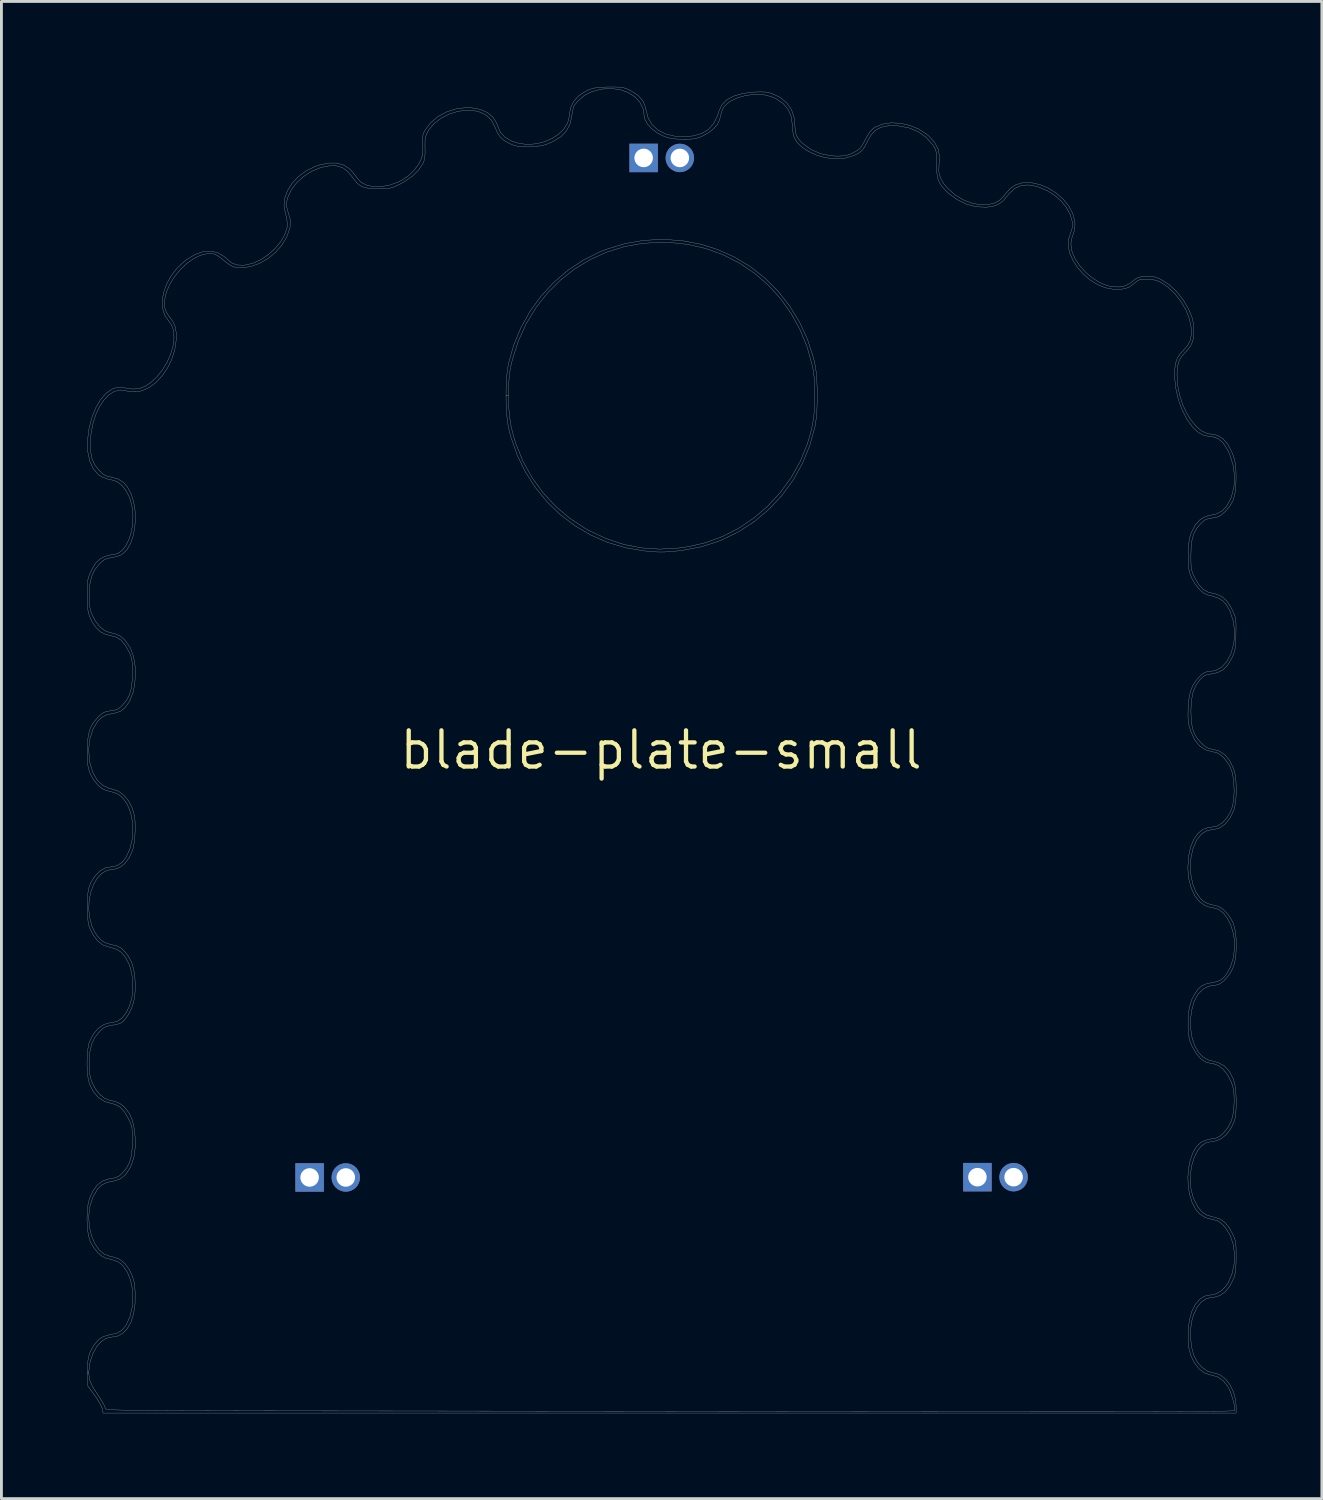
<source format=kicad_pcb>
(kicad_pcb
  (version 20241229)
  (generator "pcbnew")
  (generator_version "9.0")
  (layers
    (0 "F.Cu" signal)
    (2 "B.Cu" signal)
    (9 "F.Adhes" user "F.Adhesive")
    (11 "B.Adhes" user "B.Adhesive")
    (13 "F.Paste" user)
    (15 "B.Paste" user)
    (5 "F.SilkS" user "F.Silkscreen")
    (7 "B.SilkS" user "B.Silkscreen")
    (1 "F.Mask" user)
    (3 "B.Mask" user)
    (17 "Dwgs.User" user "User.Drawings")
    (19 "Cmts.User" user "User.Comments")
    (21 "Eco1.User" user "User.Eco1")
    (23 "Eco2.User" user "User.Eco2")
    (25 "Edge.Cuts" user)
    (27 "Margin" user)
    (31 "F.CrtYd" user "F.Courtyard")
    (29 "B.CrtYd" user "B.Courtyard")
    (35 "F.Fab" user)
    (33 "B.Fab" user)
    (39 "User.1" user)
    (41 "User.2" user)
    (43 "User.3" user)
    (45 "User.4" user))
  (footprint "blade-plate-small"
    (layer "F.Cu")
    (at 20.162 23.286)
    (property "Reference" "blade-plate-small" (at 0 0 0) (layer "F.SilkS") (effects (font (size 1.27 1.27) (thickness 0.15))))
    (attr through_hole)
    (fp_poly (pts (xy 0.743 -17.885) (xy 1.409 -17.757) (xy 1.968 -17.581) (xy 2.573 -17.312) (xy 3.135 -16.973) (xy 3.649 -16.569) (xy 4.112 -16.106) (xy 4.519 -15.589) (xy 4.864 -15.025) (xy 5.143 -14.418) (xy 5.351 -13.775) (xy 5.405 -13.545) (xy 5.445 -13.292) (xy 5.471 -12.979) (xy 5.485 -12.63) (xy 5.485 -12.268) (xy 5.472 -11.919) (xy 5.445 -11.605) (xy 5.406 -11.35) (xy 5.405 -11.347) (xy 5.221 -10.686) (xy 4.964 -10.061) (xy 4.639 -9.479) (xy 4.249 -8.944) (xy 3.799 -8.461) (xy 3.293 -8.035) (xy 2.736 -7.671) (xy 2.132 -7.375) (xy 1.998 -7.321) (xy 1.405 -7.134) (xy 0.76 -7.012) (xy 0.552 -6.987) (xy 0.3 -6.964) (xy 0.095 -6.952) (xy -0.095 -6.952) (xy -0.302 -6.964) (xy -0.557 -6.988) (xy -0.587 -6.991) (xy -1.242 -7.101) (xy -1.869 -7.287) (xy -2.464 -7.546) (xy -3.02 -7.873) (xy -3.533 -8.262) (xy -3.998 -8.71) (xy -4.41 -9.212) (xy -4.763 -9.762) (xy -5.053 -10.357) (xy -5.274 -10.991) (xy -5.363 -11.347) (xy -5.402 -11.6) (xy -5.429 -11.913) (xy -5.442 -12.262) (xy -5.442 -12.446) (xy -5.355 -12.446) (xy -5.347 -12.041) (xy -5.318 -11.691) (xy -5.265 -11.364) (xy -5.183 -11.033) (xy -5.096 -10.753) (xy -4.85 -10.142) (xy -4.53 -9.567) (xy -4.144 -9.035) (xy -3.697 -8.553) (xy -3.195 -8.129) (xy -2.646 -7.77) (xy -2.534 -7.708) (xy -1.924 -7.423) (xy -1.314 -7.22) (xy -0.696 -7.097) (xy -0.061 -7.054) (xy 0.599 -7.09) (xy 0.951 -7.138) (xy 1.571 -7.281) (xy 2.168 -7.502) (xy 2.735 -7.794) (xy 3.265 -8.152) (xy 3.752 -8.57) (xy 4.188 -9.042) (xy 4.567 -9.562) (xy 4.883 -10.125) (xy 5.129 -10.725) (xy 5.138 -10.753) (xy 5.246 -11.108) (xy 5.321 -11.436) (xy 5.369 -11.765) (xy 5.392 -12.125) (xy 5.397 -12.446) (xy 5.393 -12.791) (xy 5.377 -13.071) (xy 5.349 -13.308) (xy 5.32 -13.462) (xy 5.138 -14.127) (xy 4.886 -14.75) (xy 4.569 -15.327) (xy 4.193 -15.854) (xy 3.762 -16.327) (xy 3.28 -16.743) (xy 2.752 -17.098) (xy 2.184 -17.387) (xy 1.579 -17.607) (xy 0.942 -17.754) (xy 0.278 -17.825) (xy 0.021 -17.831) (xy -0.652 -17.79) (xy -1.299 -17.672) (xy -1.917 -17.478) (xy -2.5 -17.215) (xy -3.043 -16.884) (xy -3.543 -16.491) (xy -3.994 -16.039) (xy -4.391 -15.532) (xy -4.731 -14.973) (xy -5.008 -14.368) (xy -5.217 -13.718) (xy -5.278 -13.462) (xy -5.316 -13.244) (xy -5.34 -12.996) (xy -5.353 -12.7) (xy -5.355 -12.446) (xy -5.442 -12.446) (xy -5.442 -12.624) (xy -5.429 -12.973) (xy -5.403 -13.287) (xy -5.363 -13.542) (xy -5.363 -13.545) (xy -5.18 -14.2) (xy -4.925 -14.82) (xy -4.603 -15.399) (xy -4.217 -15.933) (xy -3.773 -16.415) (xy -3.276 -16.84) (xy -2.729 -17.203) (xy -2.139 -17.497) (xy -1.926 -17.581) (xy -1.273 -17.78) (xy -0.606 -17.896) (xy 0.069 -17.931) (xy 0.743 -17.885)) (stroke (width 0.01) (type solid)) (fill no) (layer "F.Fab"))
    (fp_poly (pts (xy -1.601 -23.281) (xy -1.448 -23.275) (xy -1.333 -23.259) (xy -1.234 -23.23) (xy -1.128 -23.184) (xy -1.062 -23.151) (xy -0.812 -22.99) (xy -0.639 -22.796) (xy -0.544 -22.567) (xy -0.529 -22.486) (xy -0.454 -22.197) (xy -0.312 -21.957) (xy -0.107 -21.768) (xy 0.159 -21.634) (xy 0.481 -21.556) (xy 0.783 -21.536) (xy 1.137 -21.564) (xy 1.43 -21.649) (xy 1.665 -21.793) (xy 1.848 -22) (xy 1.983 -22.273) (xy 2.034 -22.436) (xy 2.133 -22.651) (xy 2.305 -22.826) (xy 2.548 -22.96) (xy 2.859 -23.052) (xy 3.236 -23.101) (xy 3.263 -23.103) (xy 3.491 -23.11) (xy 3.663 -23.103) (xy 3.806 -23.077) (xy 3.885 -23.054) (xy 4.18 -22.917) (xy 4.413 -22.726) (xy 4.58 -22.487) (xy 4.676 -22.205) (xy 4.699 -21.961) (xy 4.712 -21.739) (xy 4.758 -21.57) (xy 4.849 -21.426) (xy 4.96 -21.311) (xy 5.26 -21.09) (xy 5.602 -20.94) (xy 5.981 -20.864) (xy 6.19 -20.854) (xy 6.38 -20.86) (xy 6.523 -20.883) (xy 6.657 -20.93) (xy 6.759 -20.98) (xy 6.882 -21.047) (xy 6.97 -21.114) (xy 7.042 -21.202) (xy 7.12 -21.333) (xy 7.174 -21.436) (xy 7.275 -21.618) (xy 7.363 -21.742) (xy 7.456 -21.828) (xy 7.523 -21.873) (xy 7.782 -21.979) (xy 8.078 -22.023) (xy 8.395 -22.008) (xy 8.717 -21.938) (xy 9.026 -21.814) (xy 9.305 -21.639) (xy 9.414 -21.548) (xy 9.611 -21.33) (xy 9.73 -21.101) (xy 9.779 -20.846) (xy 9.762 -20.547) (xy 9.753 -20.311) (xy 9.806 -20.097) (xy 9.927 -19.887) (xy 10.06 -19.729) (xy 10.33 -19.488) (xy 10.637 -19.305) (xy 10.963 -19.188) (xy 11.292 -19.142) (xy 11.437 -19.147) (xy 11.683 -19.194) (xy 11.877 -19.293) (xy 12.042 -19.457) (xy 12.086 -19.516) (xy 12.261 -19.719) (xy 12.456 -19.849) (xy 12.687 -19.915) (xy 12.717 -19.919) (xy 13.015 -19.919) (xy 13.317 -19.851) (xy 13.61 -19.726) (xy 13.883 -19.553) (xy 14.123 -19.341) (xy 14.318 -19.099) (xy 14.458 -18.838) (xy 14.529 -18.567) (xy 14.536 -18.464) (xy 14.52 -18.264) (xy 14.473 -18.104) (xy 14.465 -18.089) (xy 14.421 -17.962) (xy 14.396 -17.804) (xy 14.393 -17.747) (xy 14.432 -17.501) (xy 14.541 -17.248) (xy 14.707 -16.999) (xy 14.917 -16.767) (xy 15.16 -16.565) (xy 15.423 -16.405) (xy 15.692 -16.3) (xy 15.874 -16.266) (xy 16.114 -16.26) (xy 16.307 -16.302) (xy 16.481 -16.399) (xy 16.553 -16.457) (xy 16.664 -16.544) (xy 16.761 -16.594) (xy 16.88 -16.619) (xy 17.019 -16.63) (xy 17.194 -16.633) (xy 17.328 -16.614) (xy 17.467 -16.564) (xy 17.551 -16.525) (xy 17.84 -16.343) (xy 18.111 -16.092) (xy 18.348 -15.787) (xy 18.502 -15.521) (xy 18.593 -15.327) (xy 18.65 -15.175) (xy 18.683 -15.03) (xy 18.7 -14.861) (xy 18.702 -14.822) (xy 18.705 -14.561) (xy 18.672 -14.356) (xy 18.596 -14.185) (xy 18.469 -14.024) (xy 18.412 -13.968) (xy 18.279 -13.819) (xy 18.191 -13.666) (xy 18.141 -13.484) (xy 18.121 -13.252) (xy 18.119 -13.141) (xy 18.142 -12.8) (xy 18.21 -12.464) (xy 18.314 -12.141) (xy 18.45 -11.844) (xy 18.611 -11.581) (xy 18.791 -11.365) (xy 18.984 -11.205) (xy 19.183 -11.111) (xy 19.323 -11.091) (xy 19.541 -11.05) (xy 19.735 -10.929) (xy 19.905 -10.729) (xy 20.048 -10.452) (xy 20.09 -10.342) (xy 20.137 -10.194) (xy 20.167 -10.052) (xy 20.184 -9.891) (xy 20.191 -9.684) (xy 20.192 -9.558) (xy 20.182 -9.231) (xy 20.147 -8.969) (xy 20.082 -8.755) (xy 19.981 -8.572) (xy 19.838 -8.403) (xy 19.81 -8.375) (xy 19.688 -8.264) (xy 19.587 -8.199) (xy 19.473 -8.164) (xy 19.361 -8.147) (xy 19.208 -8.122) (xy 19.099 -8.077) (xy 18.996 -7.994) (xy 18.938 -7.936) (xy 18.805 -7.774) (xy 18.709 -7.597) (xy 18.648 -7.386) (xy 18.615 -7.127) (xy 18.605 -6.815) (xy 18.607 -6.6) (xy 18.614 -6.447) (xy 18.63 -6.331) (xy 18.661 -6.228) (xy 18.71 -6.116) (xy 18.744 -6.045) (xy 18.887 -5.802) (xy 19.04 -5.638) (xy 19.209 -5.544) (xy 19.295 -5.523) (xy 19.531 -5.465) (xy 19.719 -5.37) (xy 19.874 -5.224) (xy 20.01 -5.014) (xy 20.089 -4.856) (xy 20.134 -4.752) (xy 20.164 -4.66) (xy 20.182 -4.561) (xy 20.19 -4.434) (xy 20.19 -4.26) (xy 20.186 -4.052) (xy 20.179 -3.82) (xy 20.169 -3.652) (xy 20.154 -3.527) (xy 20.127 -3.423) (xy 20.087 -3.321) (xy 20.031 -3.204) (xy 19.892 -2.974) (xy 19.733 -2.816) (xy 19.535 -2.717) (xy 19.32 -2.67) (xy 19.168 -2.642) (xy 19.063 -2.597) (xy 18.968 -2.514) (xy 18.92 -2.463) (xy 18.78 -2.265) (xy 18.683 -2.032) (xy 18.627 -1.75) (xy 18.606 -1.405) (xy 18.606 -1.355) (xy 18.618 -1.036) (xy 18.657 -0.78) (xy 18.729 -0.571) (xy 18.841 -0.39) (xy 18.962 -0.253) (xy 19.089 -0.137) (xy 19.197 -0.07) (xy 19.319 -0.035) (xy 19.367 -0.028) (xy 19.602 0.037) (xy 19.797 0.165) (xy 19.96 0.362) (xy 20.096 0.635) (xy 20.111 0.673) (xy 20.159 0.86) (xy 20.188 1.103) (xy 20.199 1.375) (xy 20.191 1.649) (xy 20.165 1.897) (xy 20.12 2.095) (xy 20.111 2.119) (xy 19.979 2.39) (xy 19.814 2.596) (xy 19.625 2.732) (xy 19.416 2.792) (xy 19.367 2.794) (xy 19.159 2.833) (xy 18.978 2.949) (xy 18.821 3.145) (xy 18.8 3.181) (xy 18.682 3.456) (xy 18.611 3.766) (xy 18.588 4.094) (xy 18.611 4.421) (xy 18.678 4.729) (xy 18.788 5) (xy 18.94 5.215) (xy 18.946 5.221) (xy 19.03 5.299) (xy 19.119 5.357) (xy 19.236 5.404) (xy 19.401 5.449) (xy 19.535 5.481) (xy 19.674 5.547) (xy 19.822 5.674) (xy 19.96 5.843) (xy 20.07 6.032) (xy 20.102 6.108) (xy 20.159 6.329) (xy 20.191 6.603) (xy 20.2 6.901) (xy 20.185 7.195) (xy 20.145 7.457) (xy 20.102 7.608) (xy 20.012 7.793) (xy 19.891 7.967) (xy 19.754 8.113) (xy 19.617 8.215) (xy 19.496 8.255) (xy 19.49 8.255) (xy 19.236 8.293) (xy 19.021 8.405) (xy 18.847 8.587) (xy 18.716 8.838) (xy 18.63 9.153) (xy 18.596 9.445) (xy 18.599 9.789) (xy 18.648 10.105) (xy 18.74 10.382) (xy 18.869 10.611) (xy 19.03 10.782) (xy 19.218 10.884) (xy 19.295 10.903) (xy 19.571 10.976) (xy 19.787 11.099) (xy 19.955 11.282) (xy 20.087 11.534) (xy 20.108 11.587) (xy 20.151 11.755) (xy 20.18 11.98) (xy 20.195 12.237) (xy 20.196 12.5) (xy 20.183 12.745) (xy 20.155 12.947) (xy 20.131 13.034) (xy 20.002 13.307) (xy 19.832 13.522) (xy 19.629 13.672) (xy 19.402 13.749) (xy 19.297 13.757) (xy 19.123 13.798) (xy 18.968 13.91) (xy 18.834 14.081) (xy 18.726 14.3) (xy 18.645 14.553) (xy 18.597 14.83) (xy 18.583 15.117) (xy 18.608 15.404) (xy 18.674 15.677) (xy 18.729 15.816) (xy 18.856 16.053) (xy 18.993 16.218) (xy 19.157 16.327) (xy 19.363 16.392) (xy 19.41 16.401) (xy 19.623 16.467) (xy 19.798 16.587) (xy 19.949 16.773) (xy 20.041 16.937) (xy 20.103 17.064) (xy 20.146 17.166) (xy 20.172 17.264) (xy 20.186 17.379) (xy 20.192 17.533) (xy 20.193 17.747) (xy 20.193 17.785) (xy 20.19 18.038) (xy 20.18 18.226) (xy 20.161 18.37) (xy 20.131 18.49) (xy 20.111 18.544) (xy 19.979 18.815) (xy 19.814 19.022) (xy 19.625 19.158) (xy 19.416 19.217) (xy 19.367 19.219) (xy 19.156 19.26) (xy 18.972 19.379) (xy 18.819 19.576) (xy 18.696 19.849) (xy 18.644 20.025) (xy 18.598 20.316) (xy 18.594 20.641) (xy 18.63 20.963) (xy 18.704 21.245) (xy 18.708 21.258) (xy 18.828 21.487) (xy 18.989 21.674) (xy 19.177 21.805) (xy 19.343 21.86) (xy 19.488 21.893) (xy 19.618 21.938) (xy 19.641 21.949) (xy 19.823 22.086) (xy 19.978 22.288) (xy 20.098 22.533) (xy 20.173 22.805) (xy 20.193 23.031) (xy 20.193 23.283) (xy -19.591 23.283) (xy -19.618 23.139) (xy -19.655 23.041) (xy -19.731 22.9) (xy -19.832 22.741) (xy -19.887 22.663) (xy -20.13 22.331) (xy -20.144 21.898) (xy -20.144 21.873) (xy -20.098 21.873) (xy -20.063 22.13) (xy -19.959 22.364) (xy -19.927 22.415) (xy -19.759 22.666) (xy -19.639 22.857) (xy -19.561 22.994) (xy -19.522 23.086) (xy -19.516 23.123) (xy -19.513 23.131) (xy -19.504 23.139) (xy -19.483 23.146) (xy -19.45 23.153) (xy -19.399 23.159) (xy -19.328 23.164) (xy -19.233 23.17) (xy -19.111 23.174) (xy -18.96 23.178) (xy -18.775 23.182) (xy -18.553 23.185) (xy -18.292 23.188) (xy -17.987 23.191) (xy -17.636 23.194) (xy -17.235 23.196) (xy -16.781 23.198) (xy -16.27 23.199) (xy -15.7 23.201) (xy -15.067 23.202) (xy -14.368 23.204) (xy -13.6 23.205) (xy -12.759 23.206) (xy -11.842 23.207) (xy -10.846 23.208) (xy -10.149 23.209) (xy -8.229 23.211) (xy -6.392 23.214) (xy -4.636 23.216) (xy -2.959 23.218) (xy -1.359 23.219) (xy 0.165 23.221) (xy 1.615 23.223) (xy 2.994 23.224) (xy 4.302 23.226) (xy 5.542 23.227) (xy 6.716 23.228) (xy 7.825 23.229) (xy 8.872 23.23) (xy 9.857 23.231) (xy 10.784 23.231) (xy 11.653 23.232) (xy 12.467 23.232) (xy 13.227 23.233) (xy 13.935 23.233) (xy 14.593 23.233) (xy 15.204 23.233) (xy 15.767 23.233) (xy 16.287 23.232) (xy 16.764 23.232) (xy 17.199 23.231) (xy 17.596 23.23) (xy 17.956 23.229) (xy 18.28 23.228) (xy 18.571 23.227) (xy 18.83 23.226) (xy 19.059 23.224) (xy 19.26 23.222) (xy 19.435 23.221) (xy 19.585 23.219) (xy 19.713 23.216) (xy 19.82 23.214) (xy 19.909 23.211) (xy 19.98 23.209) (xy 20.035 23.206) (xy 20.078 23.203) (xy 20.108 23.2) (xy 20.129 23.196) (xy 20.142 23.193) (xy 20.149 23.189) (xy 20.151 23.185) (xy 20.151 23.181) (xy 20.151 23.177) (xy 20.151 23.175) (xy 20.134 23.027) (xy 20.089 22.836) (xy 20.026 22.632) (xy 19.954 22.449) (xy 19.895 22.335) (xy 19.731 22.136) (xy 19.534 22.009) (xy 19.324 21.952) (xy 19.095 21.881) (xy 18.9 21.74) (xy 18.732 21.522) (xy 18.724 21.509) (xy 18.611 21.279) (xy 18.54 21.029) (xy 18.508 20.738) (xy 18.51 20.388) (xy 18.51 20.384) (xy 18.551 20.03) (xy 18.633 19.725) (xy 18.754 19.477) (xy 18.909 19.292) (xy 19.093 19.176) (xy 19.304 19.135) (xy 19.306 19.135) (xy 19.487 19.097) (xy 19.668 18.992) (xy 19.828 18.838) (xy 19.915 18.71) (xy 20.05 18.388) (xy 20.124 18.046) (xy 20.137 17.699) (xy 20.092 17.363) (xy 19.989 17.053) (xy 19.829 16.787) (xy 19.755 16.7) (xy 19.633 16.587) (xy 19.523 16.524) (xy 19.388 16.491) (xy 19.367 16.488) (xy 19.116 16.421) (xy 18.917 16.293) (xy 18.777 16.133) (xy 18.65 15.895) (xy 18.562 15.618) (xy 18.512 15.317) (xy 18.5 15.006) (xy 18.523 14.698) (xy 18.581 14.408) (xy 18.672 14.15) (xy 18.794 13.938) (xy 18.946 13.787) (xy 19.009 13.749) (xy 19.144 13.699) (xy 19.307 13.659) (xy 19.367 13.65) (xy 19.509 13.621) (xy 19.622 13.562) (xy 19.744 13.456) (xy 19.752 13.447) (xy 19.921 13.237) (xy 20.036 12.994) (xy 20.103 12.704) (xy 20.125 12.354) (xy 20.125 12.34) (xy 20.12 12.114) (xy 20.104 11.943) (xy 20.072 11.798) (xy 20.027 11.67) (xy 19.902 11.42) (xy 19.747 11.22) (xy 19.573 11.081) (xy 19.391 11.012) (xy 19.325 11.007) (xy 19.137 10.965) (xy 18.956 10.846) (xy 18.789 10.653) (xy 18.642 10.395) (xy 18.641 10.393) (xy 18.581 10.247) (xy 18.543 10.105) (xy 18.52 9.937) (xy 18.507 9.723) (xy 18.509 9.344) (xy 18.553 9.025) (xy 18.641 8.752) (xy 18.728 8.585) (xy 18.859 8.398) (xy 18.995 8.276) (xy 19.158 8.205) (xy 19.307 8.176) (xy 19.506 8.137) (xy 19.65 8.077) (xy 19.766 7.979) (xy 19.835 7.897) (xy 19.991 7.627) (xy 20.093 7.308) (xy 20.138 6.959) (xy 20.122 6.598) (xy 20.091 6.424) (xy 20.006 6.146) (xy 19.886 5.909) (xy 19.742 5.723) (xy 19.58 5.598) (xy 19.41 5.546) (xy 19.389 5.545) (xy 19.285 5.527) (xy 19.151 5.483) (xy 19.106 5.463) (xy 18.911 5.33) (xy 18.748 5.127) (xy 18.623 4.865) (xy 18.539 4.554) (xy 18.502 4.206) (xy 18.5 4.112) (xy 18.524 3.743) (xy 18.592 3.419) (xy 18.7 3.149) (xy 18.845 2.937) (xy 19.022 2.791) (xy 19.228 2.717) (xy 19.329 2.709) (xy 19.527 2.669) (xy 19.715 2.552) (xy 19.868 2.381) (xy 19.982 2.192) (xy 20.058 2) (xy 20.103 1.78) (xy 20.122 1.51) (xy 20.123 1.397) (xy 20.107 1.05) (xy 20.051 0.765) (xy 19.95 0.526) (xy 19.799 0.319) (xy 19.75 0.267) (xy 19.628 0.157) (xy 19.515 0.095) (xy 19.375 0.063) (xy 19.355 0.061) (xy 19.108 -0.01) (xy 18.902 -0.151) (xy 18.734 -0.365) (xy 18.603 -0.655) (xy 18.577 -0.734) (xy 18.535 -0.889) (xy 18.512 -1.033) (xy 18.503 -1.195) (xy 18.507 -1.403) (xy 18.51 -1.475) (xy 18.536 -1.79) (xy 18.585 -2.04) (xy 18.663 -2.246) (xy 18.776 -2.426) (xy 18.883 -2.55) (xy 19 -2.664) (xy 19.091 -2.725) (xy 19.179 -2.749) (xy 19.234 -2.752) (xy 19.473 -2.792) (xy 19.684 -2.909) (xy 19.862 -3.101) (xy 20.003 -3.364) (xy 20.022 -3.412) (xy 20.116 -3.771) (xy 20.141 -4.146) (xy 20.097 -4.514) (xy 19.986 -4.855) (xy 19.957 -4.918) (xy 19.848 -5.103) (xy 19.727 -5.236) (xy 19.575 -5.331) (xy 19.371 -5.401) (xy 19.208 -5.439) (xy 19.061 -5.505) (xy 18.907 -5.636) (xy 18.762 -5.814) (xy 18.643 -6.021) (xy 18.593 -6.136) (xy 18.558 -6.235) (xy 18.537 -6.34) (xy 18.526 -6.471) (xy 18.522 -6.649) (xy 18.522 -6.837) (xy 18.525 -7.078) (xy 18.533 -7.256) (xy 18.55 -7.392) (xy 18.577 -7.508) (xy 18.618 -7.624) (xy 18.622 -7.635) (xy 18.756 -7.893) (xy 18.923 -8.083) (xy 19.117 -8.2) (xy 19.248 -8.233) (xy 19.5 -8.29) (xy 19.699 -8.394) (xy 19.856 -8.556) (xy 19.985 -8.787) (xy 20.03 -8.896) (xy 20.119 -9.245) (xy 20.138 -9.621) (xy 20.087 -10.005) (xy 19.969 -10.38) (xy 19.881 -10.565) (xy 19.729 -10.792) (xy 19.557 -10.937) (xy 19.363 -11.002) (xy 19.294 -11.007) (xy 19.07 -11.043) (xy 18.861 -11.155) (xy 18.666 -11.337) (xy 18.463 -11.62) (xy 18.29 -11.961) (xy 18.156 -12.339) (xy 18.068 -12.732) (xy 18.034 -13.116) (xy 18.034 -13.141) (xy 18.043 -13.405) (xy 18.074 -13.607) (xy 18.134 -13.77) (xy 18.231 -13.914) (xy 18.331 -14.021) (xy 18.485 -14.197) (xy 18.578 -14.371) (xy 18.618 -14.57) (xy 18.617 -14.821) (xy 18.616 -14.826) (xy 18.557 -15.132) (xy 18.432 -15.449) (xy 18.252 -15.757) (xy 18.031 -16.037) (xy 17.782 -16.271) (xy 17.543 -16.425) (xy 17.379 -16.494) (xy 17.208 -16.525) (xy 17.056 -16.531) (xy 16.9 -16.528) (xy 16.796 -16.509) (xy 16.712 -16.465) (xy 16.614 -16.384) (xy 16.603 -16.375) (xy 16.452 -16.262) (xy 16.289 -16.197) (xy 16.09 -16.173) (xy 15.878 -16.179) (xy 15.598 -16.232) (xy 15.326 -16.344) (xy 15.069 -16.504) (xy 14.836 -16.703) (xy 14.635 -16.93) (xy 14.473 -17.174) (xy 14.358 -17.427) (xy 14.299 -17.678) (xy 14.303 -17.916) (xy 14.369 -18.115) (xy 14.439 -18.334) (xy 14.436 -18.569) (xy 14.366 -18.81) (xy 14.236 -19.047) (xy 14.055 -19.271) (xy 13.828 -19.472) (xy 13.562 -19.64) (xy 13.266 -19.765) (xy 13.156 -19.797) (xy 12.875 -19.842) (xy 12.637 -19.819) (xy 12.428 -19.723) (xy 12.238 -19.55) (xy 12.171 -19.469) (xy 12.008 -19.282) (xy 11.846 -19.161) (xy 11.658 -19.091) (xy 11.431 -19.06) (xy 11.077 -19.075) (xy 10.724 -19.168) (xy 10.388 -19.331) (xy 10.084 -19.557) (xy 9.998 -19.641) (xy 9.864 -19.79) (xy 9.772 -19.93) (xy 9.715 -20.081) (xy 9.684 -20.266) (xy 9.674 -20.506) (xy 9.673 -20.595) (xy 9.672 -20.801) (xy 9.666 -20.943) (xy 9.651 -21.043) (xy 9.622 -21.122) (xy 9.575 -21.201) (xy 9.539 -21.255) (xy 9.307 -21.515) (xy 9.021 -21.716) (xy 8.689 -21.851) (xy 8.319 -21.917) (xy 8.271 -21.921) (xy 7.967 -21.917) (xy 7.725 -21.867) (xy 7.533 -21.764) (xy 7.378 -21.6) (xy 7.246 -21.369) (xy 7.243 -21.362) (xy 7.151 -21.179) (xy 7.058 -21.053) (xy 6.942 -20.961) (xy 6.78 -20.879) (xy 6.772 -20.875) (xy 6.466 -20.783) (xy 6.129 -20.758) (xy 5.781 -20.797) (xy 5.439 -20.896) (xy 5.12 -21.052) (xy 4.93 -21.187) (xy 4.77 -21.345) (xy 4.671 -21.518) (xy 4.623 -21.73) (xy 4.613 -21.914) (xy 4.577 -22.221) (xy 4.471 -22.481) (xy 4.293 -22.696) (xy 4.044 -22.866) (xy 3.868 -22.944) (xy 3.602 -23.009) (xy 3.303 -23.022) (xy 2.994 -22.987) (xy 2.701 -22.908) (xy 2.448 -22.788) (xy 2.329 -22.703) (xy 2.245 -22.624) (xy 2.185 -22.545) (xy 2.139 -22.443) (xy 2.096 -22.297) (xy 2.056 -22.129) (xy 1.986 -21.978) (xy 1.852 -21.822) (xy 1.671 -21.678) (xy 1.472 -21.566) (xy 1.337 -21.509) (xy 1.219 -21.473) (xy 1.09 -21.454) (xy 0.923 -21.447) (xy 0.783 -21.447) (xy 0.553 -21.453) (xy 0.378 -21.47) (xy 0.229 -21.504) (xy 0.111 -21.546) (xy -0.121 -21.661) (xy -0.32 -21.809) (xy -0.474 -21.976) (xy -0.568 -22.147) (xy -0.593 -22.276) (xy -0.633 -22.526) (xy -0.744 -22.748) (xy -0.917 -22.934) (xy -1.142 -23.08) (xy -1.41 -23.179) (xy -1.709 -23.225) (xy -2.031 -23.212) (xy -2.114 -23.199) (xy -2.431 -23.116) (xy -2.691 -22.985) (xy -2.914 -22.794) (xy -3.044 -22.638) (xy -3.077 -22.56) (xy -3.109 -22.427) (xy -3.133 -22.267) (xy -3.133 -22.266) (xy -3.196 -21.981) (xy -3.32 -21.742) (xy -3.511 -21.542) (xy -3.775 -21.375) (xy -3.973 -21.287) (xy -4.112 -21.24) (xy -4.256 -21.21) (xy -4.432 -21.195) (xy -4.657 -21.19) (xy -4.865 -21.191) (xy -5.014 -21.2) (xy -5.128 -21.22) (xy -5.233 -21.256) (xy -5.344 -21.307) (xy -5.517 -21.406) (xy -5.644 -21.521) (xy -5.745 -21.673) (xy -5.837 -21.885) (xy -5.844 -21.903) (xy -5.965 -22.128) (xy -6.14 -22.294) (xy -6.377 -22.405) (xy -6.512 -22.44) (xy -6.811 -22.466) (xy -7.123 -22.428) (xy -7.431 -22.333) (xy -7.716 -22.19) (xy -7.96 -22.006) (xy -8.146 -21.788) (xy -8.182 -21.726) (xy -8.238 -21.615) (xy -8.271 -21.514) (xy -8.286 -21.397) (xy -8.289 -21.235) (xy -8.287 -21.141) (xy -8.286 -20.935) (xy -8.298 -20.787) (xy -8.328 -20.671) (xy -8.36 -20.595) (xy -8.51 -20.369) (xy -8.73 -20.153) (xy -9.002 -19.96) (xy -9.165 -19.871) (xy -9.323 -19.796) (xy -9.445 -19.747) (xy -9.559 -19.721) (xy -9.695 -19.709) (xy -9.881 -19.706) (xy -9.925 -19.706) (xy -10.189 -19.714) (xy -10.389 -19.744) (xy -10.542 -19.803) (xy -10.669 -19.901) (xy -10.787 -20.045) (xy -10.827 -20.103) (xy -10.998 -20.314) (xy -11.184 -20.448) (xy -11.399 -20.512) (xy -11.635 -20.515) (xy -11.955 -20.451) (xy -12.263 -20.324) (xy -12.547 -20.143) (xy -12.793 -19.921) (xy -12.985 -19.668) (xy -13.11 -19.395) (xy -13.126 -19.335) (xy -13.15 -19.216) (xy -13.151 -19.111) (xy -13.126 -18.989) (xy -13.082 -18.841) (xy -13.033 -18.675) (xy -13.011 -18.552) (xy -13.015 -18.44) (xy -13.035 -18.327) (xy -13.14 -18.019) (xy -13.311 -17.733) (xy -13.534 -17.476) (xy -13.799 -17.26) (xy -14.092 -17.091) (xy -14.4 -16.979) (xy -14.712 -16.933) (xy -14.965 -16.952) (xy -15.107 -17.009) (xy -15.278 -17.128) (xy -15.344 -17.185) (xy -15.477 -17.293) (xy -15.607 -17.378) (xy -15.705 -17.42) (xy -15.937 -17.43) (xy -16.181 -17.368) (xy -16.428 -17.245) (xy -16.667 -17.072) (xy -16.89 -16.859) (xy -17.088 -16.615) (xy -17.25 -16.353) (xy -17.367 -16.082) (xy -17.43 -15.812) (xy -17.43 -15.555) (xy -17.424 -15.521) (xy -17.38 -15.399) (xy -17.299 -15.261) (xy -17.253 -15.2) (xy -17.133 -15.033) (xy -17.06 -14.862) (xy -17.026 -14.664) (xy -17.025 -14.413) (xy -17.027 -14.377) (xy -17.076 -14.044) (xy -17.181 -13.718) (xy -17.331 -13.412) (xy -17.52 -13.138) (xy -17.737 -12.906) (xy -17.975 -12.728) (xy -18.225 -12.615) (xy -18.398 -12.582) (xy -18.579 -12.581) (xy -18.749 -12.603) (xy -18.8 -12.617) (xy -19.001 -12.642) (xy -19.198 -12.59) (xy -19.387 -12.47) (xy -19.562 -12.289) (xy -19.718 -12.055) (xy -19.848 -11.776) (xy -19.949 -11.46) (xy -20.015 -11.114) (xy -20.039 -10.774) (xy -20.028 -10.469) (xy -19.98 -10.224) (xy -19.889 -10.02) (xy -19.748 -9.836) (xy -19.73 -9.817) (xy -19.607 -9.7) (xy -19.503 -9.633) (xy -19.386 -9.597) (xy -19.325 -9.587) (xy -19.074 -9.52) (xy -18.874 -9.393) (xy -18.735 -9.232) (xy -18.607 -8.995) (xy -18.52 -8.718) (xy -18.47 -8.417) (xy -18.458 -8.105) (xy -18.481 -7.797) (xy -18.539 -7.507) (xy -18.629 -7.249) (xy -18.751 -7.038) (xy -18.904 -6.886) (xy -18.967 -6.849) (xy -19.101 -6.798) (xy -19.265 -6.759) (xy -19.324 -6.749) (xy -19.467 -6.72) (xy -19.58 -6.662) (xy -19.701 -6.555) (xy -19.709 -6.547) (xy -19.879 -6.336) (xy -19.994 -6.093) (xy -20.06 -5.804) (xy -20.082 -5.454) (xy -20.082 -5.44) (xy -20.078 -5.214) (xy -20.062 -5.043) (xy -20.03 -4.898) (xy -19.983 -4.763) (xy -19.866 -4.531) (xy -19.715 -4.338) (xy -19.545 -4.199) (xy -19.371 -4.129) (xy -19.366 -4.128) (xy -19.157 -4.08) (xy -18.999 -4.006) (xy -18.857 -3.887) (xy -18.794 -3.819) (xy -18.631 -3.578) (xy -18.522 -3.284) (xy -18.466 -2.933) (xy -18.458 -2.694) (xy -18.479 -2.321) (xy -18.543 -2.007) (xy -18.653 -1.735) (xy -18.686 -1.675) (xy -18.824 -1.483) (xy -18.976 -1.362) (xy -19.162 -1.299) (xy -19.212 -1.291) (xy -19.46 -1.237) (xy -19.649 -1.14) (xy -19.79 -1) (xy -19.949 -0.726) (xy -20.052 -0.404) (xy -20.096 -0.051) (xy -20.077 0.314) (xy -20.048 0.48) (xy -19.945 0.803) (xy -19.798 1.057) (xy -19.606 1.239) (xy -19.372 1.35) (xy -19.256 1.376) (xy -19.049 1.448) (xy -18.858 1.592) (xy -18.693 1.795) (xy -18.567 2.044) (xy -18.497 2.278) (xy -18.471 2.482) (xy -18.464 2.733) (xy -18.474 2.999) (xy -18.5 3.253) (xy -18.54 3.465) (xy -18.561 3.535) (xy -18.679 3.789) (xy -18.832 3.989) (xy -19.01 4.125) (xy -19.203 4.188) (xy -19.258 4.191) (xy -19.464 4.231) (xy -19.648 4.342) (xy -19.805 4.514) (xy -19.933 4.735) (xy -20.026 4.995) (xy -20.082 5.281) (xy -20.095 5.584) (xy -20.063 5.892) (xy -19.981 6.194) (xy -19.977 6.203) (xy -19.898 6.369) (xy -19.793 6.531) (xy -19.734 6.602) (xy -19.65 6.682) (xy -19.565 6.741) (xy -19.456 6.788) (xy -19.304 6.833) (xy -19.114 6.878) (xy -18.976 6.945) (xy -18.832 7.076) (xy -18.699 7.251) (xy -18.593 7.451) (xy -18.581 7.48) (xy -18.514 7.722) (xy -18.473 8.015) (xy -18.461 8.326) (xy -18.478 8.626) (xy -18.518 8.85) (xy -18.591 9.066) (xy -18.691 9.27) (xy -18.807 9.441) (xy -18.926 9.561) (xy -18.993 9.6) (xy -19.109 9.633) (xy -19.261 9.664) (xy -19.324 9.674) (xy -19.469 9.705) (xy -19.584 9.766) (xy -19.709 9.877) (xy -19.709 9.878) (xy -19.879 10.089) (xy -19.994 10.332) (xy -20.06 10.622) (xy -20.082 10.972) (xy -20.082 10.986) (xy -20.078 11.211) (xy -20.062 11.382) (xy -20.03 11.528) (xy -19.983 11.663) (xy -19.866 11.895) (xy -19.715 12.087) (xy -19.545 12.226) (xy -19.371 12.297) (xy -19.366 12.297) (xy -19.155 12.346) (xy -18.995 12.419) (xy -18.85 12.534) (xy -18.821 12.562) (xy -18.667 12.762) (xy -18.559 13.013) (xy -18.492 13.325) (xy -18.467 13.606) (xy -18.466 13.97) (xy -18.505 14.276) (xy -18.586 14.545) (xy -18.662 14.705) (xy -18.812 14.921) (xy -18.992 15.062) (xy -19.211 15.135) (xy -19.244 15.14) (xy -19.47 15.188) (xy -19.639 15.274) (xy -19.778 15.41) (xy -19.792 15.428) (xy -19.954 15.707) (xy -20.056 16.029) (xy -20.097 16.377) (xy -20.075 16.733) (xy -19.991 17.081) (xy -19.884 17.33) (xy -19.734 17.552) (xy -19.554 17.701) (xy -19.332 17.785) (xy -19.248 17.8) (xy -19.026 17.873) (xy -18.832 18.025) (xy -18.668 18.256) (xy -18.605 18.382) (xy -18.543 18.538) (xy -18.503 18.69) (xy -18.478 18.869) (xy -18.466 19.064) (xy -18.47 19.45) (xy -18.519 19.791) (xy -18.611 20.082) (xy -18.741 20.316) (xy -18.907 20.487) (xy -19.104 20.589) (xy -19.292 20.616) (xy -19.481 20.657) (xy -19.659 20.773) (xy -19.817 20.954) (xy -19.948 21.19) (xy -20.044 21.473) (xy -20.067 21.577) (xy -20.098 21.873) (xy -20.144 21.873) (xy -20.142 21.588) (xy -20.109 21.336) (xy -20.04 21.122) (xy -19.929 20.923) (xy -19.895 20.875) (xy -19.746 20.703) (xy -19.584 20.596) (xy -19.382 20.537) (xy -19.326 20.528) (xy -19.103 20.475) (xy -18.935 20.377) (xy -18.802 20.219) (xy -18.775 20.175) (xy -18.65 19.897) (xy -18.575 19.584) (xy -18.547 19.254) (xy -18.565 18.925) (xy -18.629 18.614) (xy -18.738 18.339) (xy -18.89 18.119) (xy -18.903 18.104) (xy -18.987 18.027) (xy -19.076 17.97) (xy -19.191 17.923) (xy -19.355 17.877) (xy -19.494 17.844) (xy -19.627 17.78) (xy -19.771 17.656) (xy -19.908 17.491) (xy -20.02 17.307) (xy -20.061 17.211) (xy -20.114 17.009) (xy -20.145 16.755) (xy -20.157 16.474) (xy -20.148 16.195) (xy -20.119 15.943) (xy -20.069 15.746) (xy -20.068 15.744) (xy -19.94 15.468) (xy -19.788 15.267) (xy -19.605 15.133) (xy -19.381 15.058) (xy -19.304 15.046) (xy -19.153 15.018) (xy -19.043 14.967) (xy -18.933 14.873) (xy -18.902 14.842) (xy -18.764 14.672) (xy -18.666 14.485) (xy -18.603 14.262) (xy -18.571 13.987) (xy -18.563 13.715) (xy -18.564 13.501) (xy -18.571 13.347) (xy -18.588 13.231) (xy -18.619 13.129) (xy -18.668 13.016) (xy -18.702 12.945) (xy -18.844 12.703) (xy -18.997 12.538) (xy -19.167 12.445) (xy -19.252 12.424) (xy -19.531 12.346) (xy -19.758 12.205) (xy -19.937 11.996) (xy -20.069 11.728) (xy -20.115 11.55) (xy -20.144 11.315) (xy -20.156 11.049) (xy -20.152 10.777) (xy -20.131 10.526) (xy -20.094 10.32) (xy -20.072 10.25) (xy -19.937 9.982) (xy -19.763 9.775) (xy -19.558 9.636) (xy -19.331 9.572) (xy -19.266 9.568) (xy -19.089 9.526) (xy -18.925 9.408) (xy -18.78 9.222) (xy -18.661 8.977) (xy -18.585 8.726) (xy -18.547 8.456) (xy -18.548 8.155) (xy -18.584 7.856) (xy -18.654 7.592) (xy -18.687 7.509) (xy -18.813 7.273) (xy -18.95 7.107) (xy -19.114 6.999) (xy -19.321 6.933) (xy -19.367 6.924) (xy -19.596 6.848) (xy -19.788 6.702) (xy -19.948 6.481) (xy -19.992 6.398) (xy -20.05 6.277) (xy -20.089 6.174) (xy -20.114 6.066) (xy -20.129 5.934) (xy -20.138 5.755) (xy -20.143 5.579) (xy -20.145 5.27) (xy -20.127 5.026) (xy -20.088 4.827) (xy -20.021 4.655) (xy -19.924 4.491) (xy -19.893 4.447) (xy -19.713 4.253) (xy -19.514 4.139) (xy -19.325 4.106) (xy -19.113 4.066) (xy -18.928 3.947) (xy -18.78 3.759) (xy -18.653 3.477) (xy -18.576 3.163) (xy -18.546 2.832) (xy -18.564 2.503) (xy -18.628 2.193) (xy -18.737 1.919) (xy -18.89 1.699) (xy -18.91 1.678) (xy -18.998 1.598) (xy -19.09 1.54) (xy -19.207 1.493) (xy -19.373 1.447) (xy -19.492 1.419) (xy -19.632 1.353) (xy -19.78 1.226) (xy -19.917 1.058) (xy -20.028 0.868) (xy -20.06 0.792) (xy -20.102 0.662) (xy -20.129 0.527) (xy -20.144 0.365) (xy -20.15 0.152) (xy -20.151 0.042) (xy -20.14 -0.287) (xy -20.105 -0.551) (xy -20.04 -0.767) (xy -19.939 -0.953) (xy -19.797 -1.125) (xy -19.774 -1.149) (xy -19.656 -1.26) (xy -19.558 -1.324) (xy -19.445 -1.359) (xy -19.325 -1.377) (xy -19.17 -1.402) (xy -19.061 -1.445) (xy -18.962 -1.524) (xy -18.902 -1.583) (xy -18.763 -1.753) (xy -18.665 -1.942) (xy -18.603 -2.165) (xy -18.57 -2.44) (xy -18.563 -2.709) (xy -18.565 -2.93) (xy -18.573 -3.088) (xy -18.591 -3.208) (xy -18.622 -3.312) (xy -18.67 -3.423) (xy -18.673 -3.429) (xy -18.812 -3.681) (xy -18.958 -3.855) (xy -19.116 -3.957) (xy -19.18 -3.979) (xy -19.34 -4.02) (xy -19.504 -4.063) (xy -19.513 -4.065) (xy -19.681 -4.148) (xy -19.842 -4.299) (xy -19.981 -4.503) (xy -20.066 -4.687) (xy -20.104 -4.806) (xy -20.129 -4.935) (xy -20.144 -5.096) (xy -20.15 -5.308) (xy -20.15 -5.452) (xy -20.148 -5.683) (xy -20.142 -5.851) (xy -20.127 -5.975) (xy -20.102 -6.076) (xy -20.063 -6.176) (xy -20.045 -6.216) (xy -19.969 -6.367) (xy -19.889 -6.507) (xy -19.848 -6.57) (xy -19.715 -6.698) (xy -19.531 -6.797) (xy -19.331 -6.851) (xy -19.254 -6.857) (xy -19.079 -6.898) (xy -18.923 -7.01) (xy -18.789 -7.181) (xy -18.681 -7.4) (xy -18.602 -7.654) (xy -18.555 -7.933) (xy -18.543 -8.223) (xy -18.57 -8.513) (xy -18.638 -8.791) (xy -18.691 -8.926) (xy -18.815 -9.147) (xy -18.963 -9.32) (xy -19.122 -9.432) (xy -19.21 -9.463) (xy -19.436 -9.517) (xy -19.601 -9.576) (xy -19.728 -9.649) (xy -19.786 -9.696) (xy -19.947 -9.891) (xy -20.061 -10.148) (xy -20.126 -10.456) (xy -20.142 -10.806) (xy -20.105 -11.186) (xy -20.087 -11.282) (xy -19.987 -11.672) (xy -19.851 -12.015) (xy -19.683 -12.303) (xy -19.49 -12.524) (xy -19.292 -12.664) (xy -19.207 -12.702) (xy -19.124 -12.725) (xy -19.024 -12.731) (xy -18.889 -12.722) (xy -18.699 -12.698) (xy -18.552 -12.676) (xy -18.342 -12.685) (xy -18.125 -12.767) (xy -17.908 -12.91) (xy -17.702 -13.105) (xy -17.513 -13.341) (xy -17.35 -13.607) (xy -17.222 -13.892) (xy -17.137 -14.187) (xy -17.103 -14.479) (xy -17.103 -14.504) (xy -17.123 -14.744) (xy -17.19 -14.931) (xy -17.294 -15.071) (xy -17.432 -15.274) (xy -17.505 -15.516) (xy -17.515 -15.785) (xy -17.467 -16.071) (xy -17.362 -16.361) (xy -17.205 -16.646) (xy -16.998 -16.914) (xy -16.745 -17.154) (xy -16.668 -17.214) (xy -16.371 -17.396) (xy -16.085 -17.497) (xy -15.813 -17.519) (xy -15.56 -17.46) (xy -15.328 -17.321) (xy -15.23 -17.23) (xy -15.071 -17.1) (xy -14.894 -17.033) (xy -14.678 -17.023) (xy -14.57 -17.034) (xy -14.301 -17.103) (xy -14.033 -17.231) (xy -13.777 -17.407) (xy -13.548 -17.616) (xy -13.356 -17.849) (xy -13.214 -18.091) (xy -13.135 -18.331) (xy -13.123 -18.458) (xy -13.138 -18.624) (xy -13.176 -18.803) (xy -13.192 -18.856) (xy -13.239 -19.119) (xy -13.21 -19.388) (xy -13.111 -19.654) (xy -12.95 -19.907) (xy -12.733 -20.136) (xy -12.468 -20.332) (xy -12.16 -20.486) (xy -12.019 -20.536) (xy -11.684 -20.61) (xy -11.389 -20.611) (xy -11.132 -20.536) (xy -10.911 -20.386) (xy -10.723 -20.16) (xy -10.689 -20.106) (xy -10.546 -19.946) (xy -10.348 -19.837) (xy -10.106 -19.782) (xy -9.832 -19.781) (xy -9.537 -19.834) (xy -9.233 -19.943) (xy -9.087 -20.015) (xy -8.881 -20.156) (xy -8.687 -20.341) (xy -8.526 -20.547) (xy -8.42 -20.75) (xy -8.405 -20.793) (xy -8.373 -20.921) (xy -8.36 -21.015) (xy -8.364 -21.044) (xy -8.376 -21.104) (xy -8.385 -21.22) (xy -8.388 -21.337) (xy -8.377 -21.523) (xy -8.335 -21.67) (xy -8.282 -21.774) (xy -8.082 -22.034) (xy -7.822 -22.25) (xy -7.515 -22.414) (xy -7.177 -22.519) (xy -6.822 -22.558) (xy -6.666 -22.553) (xy -6.351 -22.496) (xy -6.093 -22.382) (xy -5.896 -22.214) (xy -5.764 -21.993) (xy -5.734 -21.908) (xy -5.64 -21.693) (xy -5.492 -21.527) (xy -5.275 -21.395) (xy -5.246 -21.382) (xy -4.965 -21.294) (xy -4.671 -21.264) (xy -4.375 -21.288) (xy -4.09 -21.36) (xy -3.825 -21.475) (xy -3.595 -21.627) (xy -3.409 -21.81) (xy -3.28 -22.02) (xy -3.22 -22.251) (xy -3.217 -22.316) (xy -3.177 -22.554) (xy -3.066 -22.779) (xy -2.896 -22.966) (xy -2.848 -23.003) (xy -2.672 -23.117) (xy -2.51 -23.196) (xy -2.339 -23.245) (xy -2.134 -23.271) (xy -1.873 -23.281) (xy -1.817 -23.281) (xy -1.601 -23.281)) (stroke (width 0.01) (type solid)) (fill no) (layer "F.Fab"))
    (pad "1" thru_hole circle (at -11.07 15.01 180) (size 1 1) (drill 0.65) (layers "*.Cu" "*.Mask"))
    (pad "1" thru_hole circle (at 0.66 -20.79 180) (size 1 1) (drill 0.65) (layers "*.Cu" "*.Mask"))
    (pad "1" thru_hole circle (at 12.38 15 180) (size 1 1) (drill 0.65) (layers "*.Cu" "*.Mask"))
    (pad "2" thru_hole rect (at -12.34 15.01 90) (size 1 1) (drill 0.65) (layers "*.Cu" "*.Mask"))
    (pad "2" thru_hole rect (at -0.61 -20.79 90) (size 1 1) (drill 0.65) (layers "*.Cu" "*.Mask"))
    (pad "2" thru_hole rect (at 11.11 15 90) (size 1 1) (drill 0.65) (layers "*.Cu" "*.Mask")))
  (gr_rect
    (start -3 -3)
    (end 43.367 49.574)
    (stroke (width 0.1) (type default))
    (fill no)
    (layer "Edge.Cuts")))
</source>
